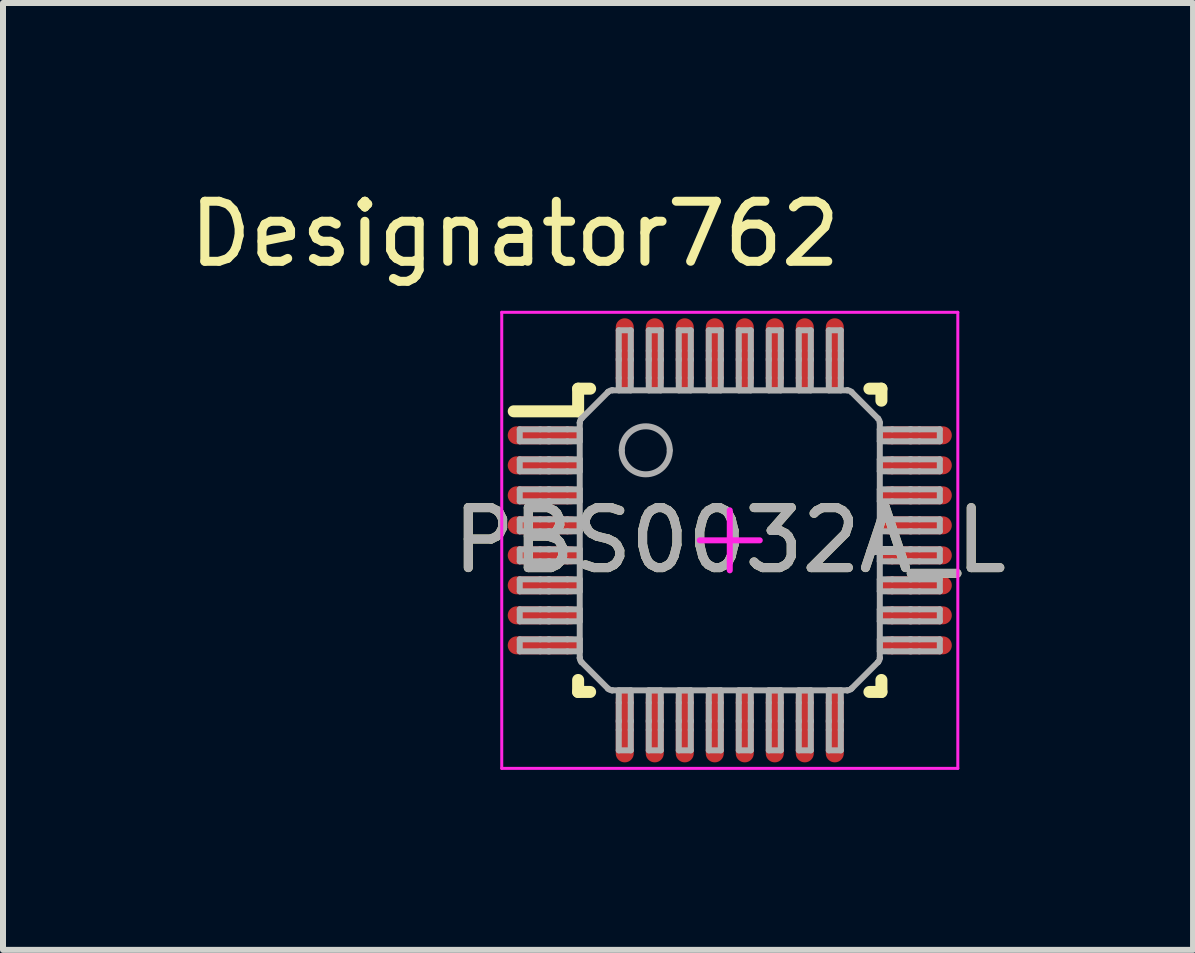
<source format=kicad_pcb>
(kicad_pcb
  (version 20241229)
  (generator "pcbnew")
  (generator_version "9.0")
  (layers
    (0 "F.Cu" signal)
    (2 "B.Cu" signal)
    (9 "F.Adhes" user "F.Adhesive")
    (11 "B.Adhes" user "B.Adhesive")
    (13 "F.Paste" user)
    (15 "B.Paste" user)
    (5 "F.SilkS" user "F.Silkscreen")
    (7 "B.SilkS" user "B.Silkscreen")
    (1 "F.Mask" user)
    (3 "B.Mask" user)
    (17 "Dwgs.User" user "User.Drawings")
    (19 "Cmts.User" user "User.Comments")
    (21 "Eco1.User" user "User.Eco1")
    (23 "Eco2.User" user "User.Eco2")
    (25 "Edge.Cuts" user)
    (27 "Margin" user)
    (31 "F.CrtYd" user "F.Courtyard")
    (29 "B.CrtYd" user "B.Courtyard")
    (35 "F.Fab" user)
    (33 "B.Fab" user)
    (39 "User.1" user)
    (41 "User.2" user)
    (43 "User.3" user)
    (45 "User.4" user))
  (footprint "PBS0032A_L"
    (layer "F.Cu")
    (at 9.111 5.954)
    (property "Reference" "PBS0032A_L" (at 0 0 0) (unlocked yes) (layer "F.SilkS") (effects (font (size 1 1) (thickness 0.15))))
    (attr smd)
    (fp_line (start -3.6 -2.15) (end -2.527 -2.15) (stroke (width 0.2) (type solid)) (layer "F.SilkS"))
    (fp_line (start -2.527 -2.527) (end -2.327 -2.527) (stroke (width 0.2) (type solid)) (layer "F.SilkS"))
    (fp_line (start -2.527 -2.15) (end -2.527 -2.527) (stroke (width 0.2) (type solid)) (layer "F.SilkS"))
    (fp_line (start -2.527 2.527) (end -2.527 2.327) (stroke (width 0.2) (type solid)) (layer "F.SilkS"))
    (fp_line (start -2.527 2.527) (end -2.327 2.527) (stroke (width 0.2) (type solid)) (layer "F.SilkS"))
    (fp_line (start 2.327 -2.527) (end 2.527 -2.527) (stroke (width 0.2) (type solid)) (layer "F.SilkS"))
    (fp_line (start 2.327 2.527) (end 2.527 2.527) (stroke (width 0.2) (type solid)) (layer "F.SilkS"))
    (fp_line (start 2.527 -2.327) (end 2.527 -2.527) (stroke (width 0.2) (type solid)) (layer "F.SilkS"))
    (fp_line (start 2.527 2.527) (end 2.527 2.327) (stroke (width 0.2) (type solid)) (layer "F.SilkS"))
    (fp_line (start -3.8 -3.8) (end 3.8 -3.8) (stroke (width 0.05) (type solid)) (layer "F.CrtYd"))
    (fp_line (start -3.8 3.8) (end -3.8 -3.8) (stroke (width 0.05) (type solid)) (layer "F.CrtYd"))
    (fp_line (start -3.8 3.8) (end 3.8 3.8) (stroke (width 0.05) (type solid)) (layer "F.CrtYd"))
    (fp_line (start -0.5 0) (end 0.5 0) (stroke (width 0.1) (type solid)) (layer "F.CrtYd"))
    (fp_line (start -0.000003 0.5) (end -0.000003 -0.5) (stroke (width 0.1) (type solid)) (layer "F.CrtYd"))
    (fp_line (start 3.8 3.8) (end 3.8 -3.8) (stroke (width 0.05) (type solid)) (layer "F.CrtYd"))
    (fp_line (start -3.5 -1.85) (end -3.16 -1.85) (stroke (width 0.1) (type solid)) (layer "F.Fab"))
    (fp_line (start -3.5 -1.65) (end -3.5 -1.85) (stroke (width 0.1) (type solid)) (layer "F.Fab"))
    (fp_line (start -3.5 -1.65) (end -3.16 -1.65) (stroke (width 0.1) (type solid)) (layer "F.Fab"))
    (fp_line (start -3.5 -1.35) (end -3.16 -1.35) (stroke (width 0.1) (type solid)) (layer "F.Fab"))
    (fp_line (start -3.5 -1.15) (end -3.5 -1.35) (stroke (width 0.1) (type solid)) (layer "F.Fab"))
    (fp_line (start -3.5 -1.15) (end -3.16 -1.15) (stroke (width 0.1) (type solid)) (layer "F.Fab"))
    (fp_line (start -3.5 -0.85) (end -3.16 -0.85) (stroke (width 0.1) (type solid)) (layer "F.Fab"))
    (fp_line (start -3.5 -0.65) (end -3.5 -0.85) (stroke (width 0.1) (type solid)) (layer "F.Fab"))
    (fp_line (start -3.5 -0.65) (end -3.16 -0.65) (stroke (width 0.1) (type solid)) (layer "F.Fab"))
    (fp_line (start -3.5 -0.35) (end -3.16 -0.35) (stroke (width 0.1) (type solid)) (layer "F.Fab"))
    (fp_line (start -3.5 -0.15) (end -3.5 -0.35) (stroke (width 0.1) (type solid)) (layer "F.Fab"))
    (fp_line (start -3.5 -0.15) (end -3.16 -0.15) (stroke (width 0.1) (type solid)) (layer "F.Fab"))
    (fp_line (start -3.5 0.15) (end -3.16 0.15) (stroke (width 0.1) (type solid)) (layer "F.Fab"))
    (fp_line (start -3.5 0.35) (end -3.5 0.15) (stroke (width 0.1) (type solid)) (layer "F.Fab"))
    (fp_line (start -3.5 0.35) (end -3.16 0.35) (stroke (width 0.1) (type solid)) (layer "F.Fab"))
    (fp_line (start -3.5 0.65) (end -3.16 0.65) (stroke (width 0.1) (type solid)) (layer "F.Fab"))
    (fp_line (start -3.5 0.85) (end -3.5 0.65) (stroke (width 0.1) (type solid)) (layer "F.Fab"))
    (fp_line (start -3.5 0.85) (end -3.16 0.85) (stroke (width 0.1) (type solid)) (layer "F.Fab"))
    (fp_line (start -3.5 1.15) (end -3.16 1.15) (stroke (width 0.1) (type solid)) (layer "F.Fab"))
    (fp_line (start -3.5 1.35) (end -3.5 1.15) (stroke (width 0.1) (type solid)) (layer "F.Fab"))
    (fp_line (start -3.5 1.35) (end -3.16 1.35) (stroke (width 0.1) (type solid)) (layer "F.Fab"))
    (fp_line (start -3.5 1.65) (end -3.16 1.65) (stroke (width 0.1) (type solid)) (layer "F.Fab"))
    (fp_line (start -3.5 1.85) (end -3.5 1.65) (stroke (width 0.1) (type solid)) (layer "F.Fab"))
    (fp_line (start -3.5 1.85) (end -3.16 1.85) (stroke (width 0.1) (type solid)) (layer "F.Fab"))
    (fp_line (start -3.16 -1.85) (end -3.023 -1.85) (stroke (width 0.1) (type solid)) (layer "F.Fab"))
    (fp_line (start -3.16 -1.65) (end -3.023 -1.65) (stroke (width 0.1) (type solid)) (layer "F.Fab"))
    (fp_line (start -3.16 -1.35) (end -3.023 -1.35) (stroke (width 0.1) (type solid)) (layer "F.Fab"))
    (fp_line (start -3.16 -1.15) (end -3.023 -1.15) (stroke (width 0.1) (type solid)) (layer "F.Fab"))
    (fp_line (start -3.16 -0.85) (end -3.023 -0.85) (stroke (width 0.1) (type solid)) (layer "F.Fab"))
    (fp_line (start -3.16 -0.65) (end -3.023 -0.65) (stroke (width 0.1) (type solid)) (layer "F.Fab"))
    (fp_line (start -3.16 -0.35) (end -3.023 -0.35) (stroke (width 0.1) (type solid)) (layer "F.Fab"))
    (fp_line (start -3.16 -0.15) (end -3.023 -0.15) (stroke (width 0.1) (type solid)) (layer "F.Fab"))
    (fp_line (start -3.16 0.15) (end -3.023 0.15) (stroke (width 0.1) (type solid)) (layer "F.Fab"))
    (fp_line (start -3.16 0.35) (end -3.023 0.35) (stroke (width 0.1) (type solid)) (layer "F.Fab"))
    (fp_line (start -3.16 0.65) (end -3.023 0.65) (stroke (width 0.1) (type solid)) (layer "F.Fab"))
    (fp_line (start -3.16 0.85) (end -3.023 0.85) (stroke (width 0.1) (type solid)) (layer "F.Fab"))
    (fp_line (start -3.16 1.15) (end -3.023 1.15) (stroke (width 0.1) (type solid)) (layer "F.Fab"))
    (fp_line (start -3.16 1.35) (end -3.023 1.35) (stroke (width 0.1) (type solid)) (layer "F.Fab"))
    (fp_line (start -3.16 1.65) (end -3.023 1.65) (stroke (width 0.1) (type solid)) (layer "F.Fab"))
    (fp_line (start -3.16 1.85) (end -3.023 1.85) (stroke (width 0.1) (type solid)) (layer "F.Fab"))
    (fp_line (start -3.023 -1.85) (end -3.002 -1.85) (stroke (width 0.1) (type solid)) (layer "F.Fab"))
    (fp_line (start -3.023 -1.65) (end -3.002 -1.65) (stroke (width 0.1) (type solid)) (layer "F.Fab"))
    (fp_line (start -3.023 -1.35) (end -3.002 -1.35) (stroke (width 0.1) (type solid)) (layer "F.Fab"))
    (fp_line (start -3.023 -1.15) (end -3.002 -1.15) (stroke (width 0.1) (type solid)) (layer "F.Fab"))
    (fp_line (start -3.023 -0.85) (end -3.002 -0.85) (stroke (width 0.1) (type solid)) (layer "F.Fab"))
    (fp_line (start -3.023 -0.65) (end -3.002 -0.65) (stroke (width 0.1) (type solid)) (layer "F.Fab"))
    (fp_line (start -3.023 -0.35) (end -3.002 -0.35) (stroke (width 0.1) (type solid)) (layer "F.Fab"))
    (fp_line (start -3.023 -0.15) (end -3.002 -0.15) (stroke (width 0.1) (type solid)) (layer "F.Fab"))
    (fp_line (start -3.023 0.15) (end -3.002 0.15) (stroke (width 0.1) (type solid)) (layer "F.Fab"))
    (fp_line (start -3.023 0.35) (end -3.002 0.35) (stroke (width 0.1) (type solid)) (layer "F.Fab"))
    (fp_line (start -3.023 0.65) (end -3.002 0.65) (stroke (width 0.1) (type solid)) (layer "F.Fab"))
    (fp_line (start -3.023 0.85) (end -3.002 0.85) (stroke (width 0.1) (type solid)) (layer "F.Fab"))
    (fp_line (start -3.023 1.15) (end -3.002 1.15) (stroke (width 0.1) (type solid)) (layer "F.Fab"))
    (fp_line (start -3.023 1.35) (end -3.002 1.35) (stroke (width 0.1) (type solid)) (layer "F.Fab"))
    (fp_line (start -3.023 1.65) (end -3.002 1.65) (stroke (width 0.1) (type solid)) (layer "F.Fab"))
    (fp_line (start -3.023 1.85) (end -3.002 1.85) (stroke (width 0.1) (type solid)) (layer "F.Fab"))
    (fp_line (start -3.002 -1.85) (end -2.706 -1.85) (stroke (width 0.1) (type solid)) (layer "F.Fab"))
    (fp_line (start -3.002 -1.65) (end -2.706 -1.65) (stroke (width 0.1) (type solid)) (layer "F.Fab"))
    (fp_line (start -3.002 -1.35) (end -2.706 -1.35) (stroke (width 0.1) (type solid)) (layer "F.Fab"))
    (fp_line (start -3.002 -1.15) (end -2.706 -1.15) (stroke (width 0.1) (type solid)) (layer "F.Fab"))
    (fp_line (start -3.002 -0.85) (end -2.706 -0.85) (stroke (width 0.1) (type solid)) (layer "F.Fab"))
    (fp_line (start -3.002 -0.65) (end -2.706 -0.65) (stroke (width 0.1) (type solid)) (layer "F.Fab"))
    (fp_line (start -3.002 -0.35) (end -2.706 -0.35) (stroke (width 0.1) (type solid)) (layer "F.Fab"))
    (fp_line (start -3.002 -0.15) (end -2.706 -0.15) (stroke (width 0.1) (type solid)) (layer "F.Fab"))
    (fp_line (start -3.002 0.15) (end -2.706 0.15) (stroke (width 0.1) (type solid)) (layer "F.Fab"))
    (fp_line (start -3.002 0.35) (end -2.706 0.35) (stroke (width 0.1) (type solid)) (layer "F.Fab"))
    (fp_line (start -3.002 0.65) (end -2.706 0.65) (stroke (width 0.1) (type solid)) (layer "F.Fab"))
    (fp_line (start -3.002 0.85) (end -2.706 0.85) (stroke (width 0.1) (type solid)) (layer "F.Fab"))
    (fp_line (start -3.002 1.15) (end -2.706 1.15) (stroke (width 0.1) (type solid)) (layer "F.Fab"))
    (fp_line (start -3.002 1.35) (end -2.706 1.35) (stroke (width 0.1) (type solid)) (layer "F.Fab"))
    (fp_line (start -3.002 1.65) (end -2.706 1.65) (stroke (width 0.1) (type solid)) (layer "F.Fab"))
    (fp_line (start -3.002 1.85) (end -2.706 1.85) (stroke (width 0.1) (type solid)) (layer "F.Fab"))
    (fp_line (start -2.706 -1.85) (end -2.5 -1.85) (stroke (width 0.1) (type solid)) (layer "F.Fab"))
    (fp_line (start -2.706 -1.65) (end -2.5 -1.65) (stroke (width 0.1) (type solid)) (layer "F.Fab"))
    (fp_line (start -2.706 -1.35) (end -2.5 -1.35) (stroke (width 0.1) (type solid)) (layer "F.Fab"))
    (fp_line (start -2.706 -1.15) (end -2.5 -1.15) (stroke (width 0.1) (type solid)) (layer "F.Fab"))
    (fp_line (start -2.706 -0.85) (end -2.5 -0.85) (stroke (width 0.1) (type solid)) (layer "F.Fab"))
    (fp_line (start -2.706 -0.65) (end -2.5 -0.65) (stroke (width 0.1) (type solid)) (layer "F.Fab"))
    (fp_line (start -2.706 -0.35) (end -2.5 -0.35) (stroke (width 0.1) (type solid)) (layer "F.Fab"))
    (fp_line (start -2.706 -0.15) (end -2.5 -0.15) (stroke (width 0.1) (type solid)) (layer "F.Fab"))
    (fp_line (start -2.706 0.15) (end -2.5 0.15) (stroke (width 0.1) (type solid)) (layer "F.Fab"))
    (fp_line (start -2.706 0.35) (end -2.5 0.35) (stroke (width 0.1) (type solid)) (layer "F.Fab"))
    (fp_line (start -2.706 0.65) (end -2.5 0.65) (stroke (width 0.1) (type solid)) (layer "F.Fab"))
    (fp_line (start -2.706 0.85) (end -2.5 0.85) (stroke (width 0.1) (type solid)) (layer "F.Fab"))
    (fp_line (start -2.706 1.15) (end -2.5 1.15) (stroke (width 0.1) (type solid)) (layer "F.Fab"))
    (fp_line (start -2.706 1.35) (end -2.5 1.35) (stroke (width 0.1) (type solid)) (layer "F.Fab"))
    (fp_line (start -2.706 1.65) (end -2.5 1.65) (stroke (width 0.1) (type solid)) (layer "F.Fab"))
    (fp_line (start -2.706 1.85) (end -2.5 1.85) (stroke (width 0.1) (type solid)) (layer "F.Fab"))
    (fp_line (start -2.5 -1.959) (end -2.5 -1.959) (stroke (width 0.1) (type solid)) (layer "F.Fab"))
    (fp_line (start -2.5 -1.65) (end -2.5 -1.85) (stroke (width 0.1) (type solid)) (layer "F.Fab"))
    (fp_line (start -2.5 -1.15) (end -2.5 -1.35) (stroke (width 0.1) (type solid)) (layer "F.Fab"))
    (fp_line (start -2.5 -0.65) (end -2.5 -0.85) (stroke (width 0.1) (type solid)) (layer "F.Fab"))
    (fp_line (start -2.5 -0.15) (end -2.5 -0.35) (stroke (width 0.1) (type solid)) (layer "F.Fab"))
    (fp_line (start -2.5 0.35) (end -2.5 0.15) (stroke (width 0.1) (type solid)) (layer "F.Fab"))
    (fp_line (start -2.5 0.85) (end -2.5 0.65) (stroke (width 0.1) (type solid)) (layer "F.Fab"))
    (fp_line (start -2.5 1.35) (end -2.5 1.15) (stroke (width 0.1) (type solid)) (layer "F.Fab"))
    (fp_line (start -2.5 1.85) (end -2.5 1.65) (stroke (width 0.1) (type solid)) (layer "F.Fab"))
    (fp_line (start -2.5 1.959) (end -2.5 -1.959) (stroke (width 0.1) (type solid)) (layer "F.Fab"))
    (fp_line (start -2.5 1.959) (end -2.5 1.959) (stroke (width 0.1) (type solid)) (layer "F.Fab"))
    (fp_line (start -2.471 -2.029) (end -2.471 -2.029) (stroke (width 0.1) (type solid)) (layer "F.Fab"))
    (fp_line (start -2.471 2.029) (end -2.471 2.029) (stroke (width 0.1) (type solid)) (layer "F.Fab"))
    (fp_line (start -2.471 -2.029) (end -2.029 -2.471) (stroke (width 0.1) (type solid)) (layer "F.Fab"))
    (fp_line (start -2.471 2.029) (end -2.029 2.471) (stroke (width 0.1) (type solid)) (layer "F.Fab"))
    (fp_line (start -2.029 -2.471) (end -2.029 -2.471) (stroke (width 0.1) (type solid)) (layer "F.Fab"))
    (fp_line (start -2.029 2.471) (end -2.029 2.471) (stroke (width 0.1) (type solid)) (layer "F.Fab"))
    (fp_line (start -1.959 -2.5) (end -1.959 -2.5) (stroke (width 0.1) (type solid)) (layer "F.Fab"))
    (fp_line (start -1.959 2.5) (end -1.959 2.5) (stroke (width 0.1) (type solid)) (layer "F.Fab"))
    (fp_line (start -1.959 -2.5) (end 1.959 -2.5) (stroke (width 0.1) (type solid)) (layer "F.Fab"))
    (fp_line (start -1.959 2.5) (end 1.959 2.5) (stroke (width 0.1) (type solid)) (layer "F.Fab"))
    (fp_line (start -1.85 -3.5) (end -1.65 -3.5) (stroke (width 0.1) (type solid)) (layer "F.Fab"))
    (fp_line (start -1.85 -3.16) (end -1.85 -3.5) (stroke (width 0.1) (type solid)) (layer "F.Fab"))
    (fp_line (start -1.85 -3.023) (end -1.85 -3.16) (stroke (width 0.1) (type solid)) (layer "F.Fab"))
    (fp_line (start -1.85 -3.002) (end -1.85 -3.023) (stroke (width 0.1) (type solid)) (layer "F.Fab"))
    (fp_line (start -1.85 -2.706) (end -1.85 -3.002) (stroke (width 0.1) (type solid)) (layer "F.Fab"))
    (fp_line (start -1.85 -2.5) (end -1.85 -2.706) (stroke (width 0.1) (type solid)) (layer "F.Fab"))
    (fp_line (start -1.85 -2.5) (end -1.65 -2.5) (stroke (width 0.1) (type solid)) (layer "F.Fab"))
    (fp_line (start -1.85 2.5) (end -1.65 2.5) (stroke (width 0.1) (type solid)) (layer "F.Fab"))
    (fp_line (start -1.85 2.706) (end -1.85 2.5) (stroke (width 0.1) (type solid)) (layer "F.Fab"))
    (fp_line (start -1.85 3.002) (end -1.85 2.706) (stroke (width 0.1) (type solid)) (layer "F.Fab"))
    (fp_line (start -1.85 3.023) (end -1.85 3.002) (stroke (width 0.1) (type solid)) (layer "F.Fab"))
    (fp_line (start -1.85 3.16) (end -1.85 3.023) (stroke (width 0.1) (type solid)) (layer "F.Fab"))
    (fp_line (start -1.85 3.5) (end -1.85 3.16) (stroke (width 0.1) (type solid)) (layer "F.Fab"))
    (fp_line (start -1.85 3.5) (end -1.65 3.5) (stroke (width 0.1) (type solid)) (layer "F.Fab"))
    (fp_line (start -1.65 -3.16) (end -1.65 -3.5) (stroke (width 0.1) (type solid)) (layer "F.Fab"))
    (fp_line (start -1.65 -3.023) (end -1.65 -3.16) (stroke (width 0.1) (type solid)) (layer "F.Fab"))
    (fp_line (start -1.65 -3.002) (end -1.65 -3.023) (stroke (width 0.1) (type solid)) (layer "F.Fab"))
    (fp_line (start -1.65 -2.706) (end -1.65 -3.002) (stroke (width 0.1) (type solid)) (layer "F.Fab"))
    (fp_line (start -1.65 -2.5) (end -1.65 -2.706) (stroke (width 0.1) (type solid)) (layer "F.Fab"))
    (fp_line (start -1.65 2.706) (end -1.65 2.5) (stroke (width 0.1) (type solid)) (layer "F.Fab"))
    (fp_line (start -1.65 3.002) (end -1.65 2.706) (stroke (width 0.1) (type solid)) (layer "F.Fab"))
    (fp_line (start -1.65 3.023) (end -1.65 3.002) (stroke (width 0.1) (type solid)) (layer "F.Fab"))
    (fp_line (start -1.65 3.16) (end -1.65 3.023) (stroke (width 0.1) (type solid)) (layer "F.Fab"))
    (fp_line (start -1.65 3.5) (end -1.65 3.16) (stroke (width 0.1) (type solid)) (layer "F.Fab"))
    (fp_line (start -1.35 -3.5) (end -1.15 -3.5) (stroke (width 0.1) (type solid)) (layer "F.Fab"))
    (fp_line (start -1.35 -3.16) (end -1.35 -3.5) (stroke (width 0.1) (type solid)) (layer "F.Fab"))
    (fp_line (start -1.35 -3.023) (end -1.35 -3.16) (stroke (width 0.1) (type solid)) (layer "F.Fab"))
    (fp_line (start -1.35 -3.002) (end -1.35 -3.023) (stroke (width 0.1) (type solid)) (layer "F.Fab"))
    (fp_line (start -1.35 -2.706) (end -1.35 -3.002) (stroke (width 0.1) (type solid)) (layer "F.Fab"))
    (fp_line (start -1.35 -2.5) (end -1.35 -2.706) (stroke (width 0.1) (type solid)) (layer "F.Fab"))
    (fp_line (start -1.35 -2.5) (end -1.15 -2.5) (stroke (width 0.1) (type solid)) (layer "F.Fab"))
    (fp_line (start -1.35 2.5) (end -1.15 2.5) (stroke (width 0.1) (type solid)) (layer "F.Fab"))
    (fp_line (start -1.35 2.706) (end -1.35 2.5) (stroke (width 0.1) (type solid)) (layer "F.Fab"))
    (fp_line (start -1.35 3.002) (end -1.35 2.706) (stroke (width 0.1) (type solid)) (layer "F.Fab"))
    (fp_line (start -1.35 3.023) (end -1.35 3.002) (stroke (width 0.1) (type solid)) (layer "F.Fab"))
    (fp_line (start -1.35 3.16) (end -1.35 3.023) (stroke (width 0.1) (type solid)) (layer "F.Fab"))
    (fp_line (start -1.35 3.5) (end -1.35 3.16) (stroke (width 0.1) (type solid)) (layer "F.Fab"))
    (fp_line (start -1.35 3.5) (end -1.15 3.5) (stroke (width 0.1) (type solid)) (layer "F.Fab"))
    (fp_line (start -1.15 -3.16) (end -1.15 -3.5) (stroke (width 0.1) (type solid)) (layer "F.Fab"))
    (fp_line (start -1.15 -3.023) (end -1.15 -3.16) (stroke (width 0.1) (type solid)) (layer "F.Fab"))
    (fp_line (start -1.15 -3.002) (end -1.15 -3.023) (stroke (width 0.1) (type solid)) (layer "F.Fab"))
    (fp_line (start -1.15 -2.706) (end -1.15 -3.002) (stroke (width 0.1) (type solid)) (layer "F.Fab"))
    (fp_line (start -1.15 -2.5) (end -1.15 -2.706) (stroke (width 0.1) (type solid)) (layer "F.Fab"))
    (fp_line (start -1.15 2.706) (end -1.15 2.5) (stroke (width 0.1) (type solid)) (layer "F.Fab"))
    (fp_line (start -1.15 3.002) (end -1.15 2.706) (stroke (width 0.1) (type solid)) (layer "F.Fab"))
    (fp_line (start -1.15 3.023) (end -1.15 3.002) (stroke (width 0.1) (type solid)) (layer "F.Fab"))
    (fp_line (start -1.15 3.16) (end -1.15 3.023) (stroke (width 0.1) (type solid)) (layer "F.Fab"))
    (fp_line (start -1.15 3.5) (end -1.15 3.16) (stroke (width 0.1) (type solid)) (layer "F.Fab"))
    (fp_line (start -0.85 -3.5) (end -0.65 -3.5) (stroke (width 0.1) (type solid)) (layer "F.Fab"))
    (fp_line (start -0.85 -3.16) (end -0.85 -3.5) (stroke (width 0.1) (type solid)) (layer "F.Fab"))
    (fp_line (start -0.85 -3.023) (end -0.85 -3.16) (stroke (width 0.1) (type solid)) (layer "F.Fab"))
    (fp_line (start -0.85 -3.002) (end -0.85 -3.023) (stroke (width 0.1) (type solid)) (layer "F.Fab"))
    (fp_line (start -0.85 -2.706) (end -0.85 -3.002) (stroke (width 0.1) (type solid)) (layer "F.Fab"))
    (fp_line (start -0.85 -2.5) (end -0.85 -2.706) (stroke (width 0.1) (type solid)) (layer "F.Fab"))
    (fp_line (start -0.85 -2.5) (end -0.65 -2.5) (stroke (width 0.1) (type solid)) (layer "F.Fab"))
    (fp_line (start -0.85 2.5) (end -0.65 2.5) (stroke (width 0.1) (type solid)) (layer "F.Fab"))
    (fp_line (start -0.85 2.706) (end -0.85 2.5) (stroke (width 0.1) (type solid)) (layer "F.Fab"))
    (fp_line (start -0.85 3.002) (end -0.85 2.706) (stroke (width 0.1) (type solid)) (layer "F.Fab"))
    (fp_line (start -0.85 3.023) (end -0.85 3.002) (stroke (width 0.1) (type solid)) (layer "F.Fab"))
    (fp_line (start -0.85 3.16) (end -0.85 3.023) (stroke (width 0.1) (type solid)) (layer "F.Fab"))
    (fp_line (start -0.85 3.5) (end -0.85 3.16) (stroke (width 0.1) (type solid)) (layer "F.Fab"))
    (fp_line (start -0.85 3.5) (end -0.65 3.5) (stroke (width 0.1) (type solid)) (layer "F.Fab"))
    (fp_line (start -0.65 -3.16) (end -0.65 -3.5) (stroke (width 0.1) (type solid)) (layer "F.Fab"))
    (fp_line (start -0.65 -3.023) (end -0.65 -3.16) (stroke (width 0.1) (type solid)) (layer "F.Fab"))
    (fp_line (start -0.65 -3.002) (end -0.65 -3.023) (stroke (width 0.1) (type solid)) (layer "F.Fab"))
    (fp_line (start -0.65 -2.706) (end -0.65 -3.002) (stroke (width 0.1) (type solid)) (layer "F.Fab"))
    (fp_line (start -0.65 -2.5) (end -0.65 -2.706) (stroke (width 0.1) (type solid)) (layer "F.Fab"))
    (fp_line (start -0.65 2.706) (end -0.65 2.5) (stroke (width 0.1) (type solid)) (layer "F.Fab"))
    (fp_line (start -0.65 3.002) (end -0.65 2.706) (stroke (width 0.1) (type solid)) (layer "F.Fab"))
    (fp_line (start -0.65 3.023) (end -0.65 3.002) (stroke (width 0.1) (type solid)) (layer "F.Fab"))
    (fp_line (start -0.65 3.16) (end -0.65 3.023) (stroke (width 0.1) (type solid)) (layer "F.Fab"))
    (fp_line (start -0.65 3.5) (end -0.65 3.16) (stroke (width 0.1) (type solid)) (layer "F.Fab"))
    (fp_line (start -0.35 -3.5) (end -0.15 -3.5) (stroke (width 0.1) (type solid)) (layer "F.Fab"))
    (fp_line (start -0.35 -3.16) (end -0.35 -3.5) (stroke (width 0.1) (type solid)) (layer "F.Fab"))
    (fp_line (start -0.35 -3.023) (end -0.35 -3.16) (stroke (width 0.1) (type solid)) (layer "F.Fab"))
    (fp_line (start -0.35 -3.002) (end -0.35 -3.023) (stroke (width 0.1) (type solid)) (layer "F.Fab"))
    (fp_line (start -0.35 -2.706) (end -0.35 -3.002) (stroke (width 0.1) (type solid)) (layer "F.Fab"))
    (fp_line (start -0.35 -2.5) (end -0.35 -2.706) (stroke (width 0.1) (type solid)) (layer "F.Fab"))
    (fp_line (start -0.35 -2.5) (end -0.15 -2.5) (stroke (width 0.1) (type solid)) (layer "F.Fab"))
    (fp_line (start -0.35 2.5) (end -0.15 2.5) (stroke (width 0.1) (type solid)) (layer "F.Fab"))
    (fp_line (start -0.35 2.706) (end -0.35 2.5) (stroke (width 0.1) (type solid)) (layer "F.Fab"))
    (fp_line (start -0.35 3.002) (end -0.35 2.706) (stroke (width 0.1) (type solid)) (layer "F.Fab"))
    (fp_line (start -0.35 3.023) (end -0.35 3.002) (stroke (width 0.1) (type solid)) (layer "F.Fab"))
    (fp_line (start -0.35 3.16) (end -0.35 3.023) (stroke (width 0.1) (type solid)) (layer "F.Fab"))
    (fp_line (start -0.35 3.5) (end -0.35 3.16) (stroke (width 0.1) (type solid)) (layer "F.Fab"))
    (fp_line (start -0.35 3.5) (end -0.15 3.5) (stroke (width 0.1) (type solid)) (layer "F.Fab"))
    (fp_line (start -0.15 -3.16) (end -0.15 -3.5) (stroke (width 0.1) (type solid)) (layer "F.Fab"))
    (fp_line (start -0.15 -3.023) (end -0.15 -3.16) (stroke (width 0.1) (type solid)) (layer "F.Fab"))
    (fp_line (start -0.15 -3.002) (end -0.15 -3.023) (stroke (width 0.1) (type solid)) (layer "F.Fab"))
    (fp_line (start -0.15 -2.706) (end -0.15 -3.002) (stroke (width 0.1) (type solid)) (layer "F.Fab"))
    (fp_line (start -0.15 -2.5) (end -0.15 -2.706) (stroke (width 0.1) (type solid)) (layer "F.Fab"))
    (fp_line (start -0.15 2.706) (end -0.15 2.5) (stroke (width 0.1) (type solid)) (layer "F.Fab"))
    (fp_line (start -0.15 3.002) (end -0.15 2.706) (stroke (width 0.1) (type solid)) (layer "F.Fab"))
    (fp_line (start -0.15 3.023) (end -0.15 3.002) (stroke (width 0.1) (type solid)) (layer "F.Fab"))
    (fp_line (start -0.15 3.16) (end -0.15 3.023) (stroke (width 0.1) (type solid)) (layer "F.Fab"))
    (fp_line (start -0.15 3.5) (end -0.15 3.16) (stroke (width 0.1) (type solid)) (layer "F.Fab"))
    (fp_line (start 0.15 -3.5) (end 0.35 -3.5) (stroke (width 0.1) (type solid)) (layer "F.Fab"))
    (fp_line (start 0.15 -3.16) (end 0.15 -3.5) (stroke (width 0.1) (type solid)) (layer "F.Fab"))
    (fp_line (start 0.15 -3.023) (end 0.15 -3.16) (stroke (width 0.1) (type solid)) (layer "F.Fab"))
    (fp_line (start 0.15 -3.002) (end 0.15 -3.023) (stroke (width 0.1) (type solid)) (layer "F.Fab"))
    (fp_line (start 0.15 -2.706) (end 0.15 -3.002) (stroke (width 0.1) (type solid)) (layer "F.Fab"))
    (fp_line (start 0.15 -2.5) (end 0.15 -2.706) (stroke (width 0.1) (type solid)) (layer "F.Fab"))
    (fp_line (start 0.15 -2.5) (end 0.35 -2.5) (stroke (width 0.1) (type solid)) (layer "F.Fab"))
    (fp_line (start 0.15 2.5) (end 0.35 2.5) (stroke (width 0.1) (type solid)) (layer "F.Fab"))
    (fp_line (start 0.15 2.706) (end 0.15 2.5) (stroke (width 0.1) (type solid)) (layer "F.Fab"))
    (fp_line (start 0.15 3.002) (end 0.15 2.706) (stroke (width 0.1) (type solid)) (layer "F.Fab"))
    (fp_line (start 0.15 3.023) (end 0.15 3.002) (stroke (width 0.1) (type solid)) (layer "F.Fab"))
    (fp_line (start 0.15 3.16) (end 0.15 3.023) (stroke (width 0.1) (type solid)) (layer "F.Fab"))
    (fp_line (start 0.15 3.5) (end 0.15 3.16) (stroke (width 0.1) (type solid)) (layer "F.Fab"))
    (fp_line (start 0.15 3.5) (end 0.35 3.5) (stroke (width 0.1) (type solid)) (layer "F.Fab"))
    (fp_line (start 0.35 -3.16) (end 0.35 -3.5) (stroke (width 0.1) (type solid)) (layer "F.Fab"))
    (fp_line (start 0.35 -3.023) (end 0.35 -3.16) (stroke (width 0.1) (type solid)) (layer "F.Fab"))
    (fp_line (start 0.35 -3.002) (end 0.35 -3.023) (stroke (width 0.1) (type solid)) (layer "F.Fab"))
    (fp_line (start 0.35 -2.706) (end 0.35 -3.002) (stroke (width 0.1) (type solid)) (layer "F.Fab"))
    (fp_line (start 0.35 -2.5) (end 0.35 -2.706) (stroke (width 0.1) (type solid)) (layer "F.Fab"))
    (fp_line (start 0.35 2.706) (end 0.35 2.5) (stroke (width 0.1) (type solid)) (layer "F.Fab"))
    (fp_line (start 0.35 3.002) (end 0.35 2.706) (stroke (width 0.1) (type solid)) (layer "F.Fab"))
    (fp_line (start 0.35 3.023) (end 0.35 3.002) (stroke (width 0.1) (type solid)) (layer "F.Fab"))
    (fp_line (start 0.35 3.16) (end 0.35 3.023) (stroke (width 0.1) (type solid)) (layer "F.Fab"))
    (fp_line (start 0.35 3.5) (end 0.35 3.16) (stroke (width 0.1) (type solid)) (layer "F.Fab"))
    (fp_line (start 0.65 -3.5) (end 0.85 -3.5) (stroke (width 0.1) (type solid)) (layer "F.Fab"))
    (fp_line (start 0.65 -3.16) (end 0.65 -3.5) (stroke (width 0.1) (type solid)) (layer "F.Fab"))
    (fp_line (start 0.65 -3.023) (end 0.65 -3.16) (stroke (width 0.1) (type solid)) (layer "F.Fab"))
    (fp_line (start 0.65 -3.002) (end 0.65 -3.023) (stroke (width 0.1) (type solid)) (layer "F.Fab"))
    (fp_line (start 0.65 -2.706) (end 0.65 -3.002) (stroke (width 0.1) (type solid)) (layer "F.Fab"))
    (fp_line (start 0.65 -2.5) (end 0.65 -2.706) (stroke (width 0.1) (type solid)) (layer "F.Fab"))
    (fp_line (start 0.65 -2.5) (end 0.85 -2.5) (stroke (width 0.1) (type solid)) (layer "F.Fab"))
    (fp_line (start 0.65 2.5) (end 0.85 2.5) (stroke (width 0.1) (type solid)) (layer "F.Fab"))
    (fp_line (start 0.65 2.706) (end 0.65 2.5) (stroke (width 0.1) (type solid)) (layer "F.Fab"))
    (fp_line (start 0.65 3.002) (end 0.65 2.706) (stroke (width 0.1) (type solid)) (layer "F.Fab"))
    (fp_line (start 0.65 3.023) (end 0.65 3.002) (stroke (width 0.1) (type solid)) (layer "F.Fab"))
    (fp_line (start 0.65 3.16) (end 0.65 3.023) (stroke (width 0.1) (type solid)) (layer "F.Fab"))
    (fp_line (start 0.65 3.5) (end 0.65 3.16) (stroke (width 0.1) (type solid)) (layer "F.Fab"))
    (fp_line (start 0.65 3.5) (end 0.85 3.5) (stroke (width 0.1) (type solid)) (layer "F.Fab"))
    (fp_line (start 0.85 -3.16) (end 0.85 -3.5) (stroke (width 0.1) (type solid)) (layer "F.Fab"))
    (fp_line (start 0.85 -3.023) (end 0.85 -3.16) (stroke (width 0.1) (type solid)) (layer "F.Fab"))
    (fp_line (start 0.85 -3.002) (end 0.85 -3.023) (stroke (width 0.1) (type solid)) (layer "F.Fab"))
    (fp_line (start 0.85 -2.706) (end 0.85 -3.002) (stroke (width 0.1) (type solid)) (layer "F.Fab"))
    (fp_line (start 0.85 -2.5) (end 0.85 -2.706) (stroke (width 0.1) (type solid)) (layer "F.Fab"))
    (fp_line (start 0.85 2.706) (end 0.85 2.5) (stroke (width 0.1) (type solid)) (layer "F.Fab"))
    (fp_line (start 0.85 3.002) (end 0.85 2.706) (stroke (width 0.1) (type solid)) (layer "F.Fab"))
    (fp_line (start 0.85 3.023) (end 0.85 3.002) (stroke (width 0.1) (type solid)) (layer "F.Fab"))
    (fp_line (start 0.85 3.16) (end 0.85 3.023) (stroke (width 0.1) (type solid)) (layer "F.Fab"))
    (fp_line (start 0.85 3.5) (end 0.85 3.16) (stroke (width 0.1) (type solid)) (layer "F.Fab"))
    (fp_line (start 1.15 -3.5) (end 1.35 -3.5) (stroke (width 0.1) (type solid)) (layer "F.Fab"))
    (fp_line (start 1.15 -3.16) (end 1.15 -3.5) (stroke (width 0.1) (type solid)) (layer "F.Fab"))
    (fp_line (start 1.15 -3.023) (end 1.15 -3.16) (stroke (width 0.1) (type solid)) (layer "F.Fab"))
    (fp_line (start 1.15 -3.002) (end 1.15 -3.023) (stroke (width 0.1) (type solid)) (layer "F.Fab"))
    (fp_line (start 1.15 -2.706) (end 1.15 -3.002) (stroke (width 0.1) (type solid)) (layer "F.Fab"))
    (fp_line (start 1.15 -2.5) (end 1.15 -2.706) (stroke (width 0.1) (type solid)) (layer "F.Fab"))
    (fp_line (start 1.15 -2.5) (end 1.35 -2.5) (stroke (width 0.1) (type solid)) (layer "F.Fab"))
    (fp_line (start 1.15 2.5) (end 1.35 2.5) (stroke (width 0.1) (type solid)) (layer "F.Fab"))
    (fp_line (start 1.15 2.706) (end 1.15 2.5) (stroke (width 0.1) (type solid)) (layer "F.Fab"))
    (fp_line (start 1.15 3.002) (end 1.15 2.706) (stroke (width 0.1) (type solid)) (layer "F.Fab"))
    (fp_line (start 1.15 3.023) (end 1.15 3.002) (stroke (width 0.1) (type solid)) (layer "F.Fab"))
    (fp_line (start 1.15 3.16) (end 1.15 3.023) (stroke (width 0.1) (type solid)) (layer "F.Fab"))
    (fp_line (start 1.15 3.5) (end 1.15 3.16) (stroke (width 0.1) (type solid)) (layer "F.Fab"))
    (fp_line (start 1.15 3.5) (end 1.35 3.5) (stroke (width 0.1) (type solid)) (layer "F.Fab"))
    (fp_line (start 1.35 -3.16) (end 1.35 -3.5) (stroke (width 0.1) (type solid)) (layer "F.Fab"))
    (fp_line (start 1.35 -3.023) (end 1.35 -3.16) (stroke (width 0.1) (type solid)) (layer "F.Fab"))
    (fp_line (start 1.35 -3.002) (end 1.35 -3.023) (stroke (width 0.1) (type solid)) (layer "F.Fab"))
    (fp_line (start 1.35 -2.706) (end 1.35 -3.002) (stroke (width 0.1) (type solid)) (layer "F.Fab"))
    (fp_line (start 1.35 -2.5) (end 1.35 -2.706) (stroke (width 0.1) (type solid)) (layer "F.Fab"))
    (fp_line (start 1.35 2.706) (end 1.35 2.5) (stroke (width 0.1) (type solid)) (layer "F.Fab"))
    (fp_line (start 1.35 3.002) (end 1.35 2.706) (stroke (width 0.1) (type solid)) (layer "F.Fab"))
    (fp_line (start 1.35 3.023) (end 1.35 3.002) (stroke (width 0.1) (type solid)) (layer "F.Fab"))
    (fp_line (start 1.35 3.16) (end 1.35 3.023) (stroke (width 0.1) (type solid)) (layer "F.Fab"))
    (fp_line (start 1.35 3.5) (end 1.35 3.16) (stroke (width 0.1) (type solid)) (layer "F.Fab"))
    (fp_line (start 1.65 -3.5) (end 1.85 -3.5) (stroke (width 0.1) (type solid)) (layer "F.Fab"))
    (fp_line (start 1.65 -3.16) (end 1.65 -3.5) (stroke (width 0.1) (type solid)) (layer "F.Fab"))
    (fp_line (start 1.65 -3.023) (end 1.65 -3.16) (stroke (width 0.1) (type solid)) (layer "F.Fab"))
    (fp_line (start 1.65 -3.002) (end 1.65 -3.023) (stroke (width 0.1) (type solid)) (layer "F.Fab"))
    (fp_line (start 1.65 -2.706) (end 1.65 -3.002) (stroke (width 0.1) (type solid)) (layer "F.Fab"))
    (fp_line (start 1.65 -2.5) (end 1.65 -2.706) (stroke (width 0.1) (type solid)) (layer "F.Fab"))
    (fp_line (start 1.65 -2.5) (end 1.85 -2.5) (stroke (width 0.1) (type solid)) (layer "F.Fab"))
    (fp_line (start 1.65 2.5) (end 1.85 2.5) (stroke (width 0.1) (type solid)) (layer "F.Fab"))
    (fp_line (start 1.65 2.706) (end 1.65 2.5) (stroke (width 0.1) (type solid)) (layer "F.Fab"))
    (fp_line (start 1.65 3.002) (end 1.65 2.706) (stroke (width 0.1) (type solid)) (layer "F.Fab"))
    (fp_line (start 1.65 3.023) (end 1.65 3.002) (stroke (width 0.1) (type solid)) (layer "F.Fab"))
    (fp_line (start 1.65 3.16) (end 1.65 3.023) (stroke (width 0.1) (type solid)) (layer "F.Fab"))
    (fp_line (start 1.65 3.5) (end 1.65 3.16) (stroke (width 0.1) (type solid)) (layer "F.Fab"))
    (fp_line (start 1.65 3.5) (end 1.85 3.5) (stroke (width 0.1) (type solid)) (layer "F.Fab"))
    (fp_line (start 1.85 -3.16) (end 1.85 -3.5) (stroke (width 0.1) (type solid)) (layer "F.Fab"))
    (fp_line (start 1.85 -3.023) (end 1.85 -3.16) (stroke (width 0.1) (type solid)) (layer "F.Fab"))
    (fp_line (start 1.85 -3.002) (end 1.85 -3.023) (stroke (width 0.1) (type solid)) (layer "F.Fab"))
    (fp_line (start 1.85 -2.706) (end 1.85 -3.002) (stroke (width 0.1) (type solid)) (layer "F.Fab"))
    (fp_line (start 1.85 -2.5) (end 1.85 -2.706) (stroke (width 0.1) (type solid)) (layer "F.Fab"))
    (fp_line (start 1.85 2.706) (end 1.85 2.5) (stroke (width 0.1) (type solid)) (layer "F.Fab"))
    (fp_line (start 1.85 3.002) (end 1.85 2.706) (stroke (width 0.1) (type solid)) (layer "F.Fab"))
    (fp_line (start 1.85 3.023) (end 1.85 3.002) (stroke (width 0.1) (type solid)) (layer "F.Fab"))
    (fp_line (start 1.85 3.16) (end 1.85 3.023) (stroke (width 0.1) (type solid)) (layer "F.Fab"))
    (fp_line (start 1.85 3.5) (end 1.85 3.16) (stroke (width 0.1) (type solid)) (layer "F.Fab"))
    (fp_line (start 1.959 -2.5) (end 1.959 -2.5) (stroke (width 0.1) (type solid)) (layer "F.Fab"))
    (fp_line (start 1.959 2.5) (end 1.959 2.5) (stroke (width 0.1) (type solid)) (layer "F.Fab"))
    (fp_line (start 2.029 -2.471) (end 2.029 -2.471) (stroke (width 0.1) (type solid)) (layer "F.Fab"))
    (fp_line (start 2.029 2.471) (end 2.029 2.471) (stroke (width 0.1) (type solid)) (layer "F.Fab"))
    (fp_line (start 2.029 -2.471) (end 2.471 -2.029) (stroke (width 0.1) (type solid)) (layer "F.Fab"))
    (fp_line (start 2.029 2.471) (end 2.471 2.029) (stroke (width 0.1) (type solid)) (layer "F.Fab"))
    (fp_line (start 2.471 -2.029) (end 2.471 -2.029) (stroke (width 0.1) (type solid)) (layer "F.Fab"))
    (fp_line (start 2.471 2.029) (end 2.471 2.029) (stroke (width 0.1) (type solid)) (layer "F.Fab"))
    (fp_line (start 2.5 -1.959) (end 2.5 -1.959) (stroke (width 0.1) (type solid)) (layer "F.Fab"))
    (fp_line (start 2.5 1.959) (end 2.5 1.959) (stroke (width 0.1) (type solid)) (layer "F.Fab"))
    (fp_line (start 2.5 -1.85) (end 2.706 -1.85) (stroke (width 0.1) (type solid)) (layer "F.Fab"))
    (fp_line (start 2.5 -1.65) (end 2.5 -1.85) (stroke (width 0.1) (type solid)) (layer "F.Fab"))
    (fp_line (start 2.5 -1.65) (end 2.706 -1.65) (stroke (width 0.1) (type solid)) (layer "F.Fab"))
    (fp_line (start 2.5 -1.35) (end 2.706 -1.35) (stroke (width 0.1) (type solid)) (layer "F.Fab"))
    (fp_line (start 2.5 -1.15) (end 2.5 -1.35) (stroke (width 0.1) (type solid)) (layer "F.Fab"))
    (fp_line (start 2.5 -1.15) (end 2.706 -1.15) (stroke (width 0.1) (type solid)) (layer "F.Fab"))
    (fp_line (start 2.5 -0.85) (end 2.706 -0.85) (stroke (width 0.1) (type solid)) (layer "F.Fab"))
    (fp_line (start 2.5 -0.65) (end 2.5 -0.85) (stroke (width 0.1) (type solid)) (layer "F.Fab"))
    (fp_line (start 2.5 -0.65) (end 2.706 -0.65) (stroke (width 0.1) (type solid)) (layer "F.Fab"))
    (fp_line (start 2.5 -0.35) (end 2.706 -0.35) (stroke (width 0.1) (type solid)) (layer "F.Fab"))
    (fp_line (start 2.5 -0.15) (end 2.5 -0.35) (stroke (width 0.1) (type solid)) (layer "F.Fab"))
    (fp_line (start 2.5 -0.15) (end 2.706 -0.15) (stroke (width 0.1) (type solid)) (layer "F.Fab"))
    (fp_line (start 2.5 0.15) (end 2.706 0.15) (stroke (width 0.1) (type solid)) (layer "F.Fab"))
    (fp_line (start 2.5 0.35) (end 2.5 0.15) (stroke (width 0.1) (type solid)) (layer "F.Fab"))
    (fp_line (start 2.5 0.35) (end 2.706 0.35) (stroke (width 0.1) (type solid)) (layer "F.Fab"))
    (fp_line (start 2.5 0.65) (end 2.706 0.65) (stroke (width 0.1) (type solid)) (layer "F.Fab"))
    (fp_line (start 2.5 0.85) (end 2.5 0.65) (stroke (width 0.1) (type solid)) (layer "F.Fab"))
    (fp_line (start 2.5 0.85) (end 2.706 0.85) (stroke (width 0.1) (type solid)) (layer "F.Fab"))
    (fp_line (start 2.5 1.15) (end 2.706 1.15) (stroke (width 0.1) (type solid)) (layer "F.Fab"))
    (fp_line (start 2.5 1.35) (end 2.5 1.15) (stroke (width 0.1) (type solid)) (layer "F.Fab"))
    (fp_line (start 2.5 1.35) (end 2.706 1.35) (stroke (width 0.1) (type solid)) (layer "F.Fab"))
    (fp_line (start 2.5 1.65) (end 2.706 1.65) (stroke (width 0.1) (type solid)) (layer "F.Fab"))
    (fp_line (start 2.5 1.85) (end 2.5 1.65) (stroke (width 0.1) (type solid)) (layer "F.Fab"))
    (fp_line (start 2.5 1.85) (end 2.706 1.85) (stroke (width 0.1) (type solid)) (layer "F.Fab"))
    (fp_line (start 2.5 1.959) (end 2.5 -1.959) (stroke (width 0.1) (type solid)) (layer "F.Fab"))
    (fp_line (start 2.706 -1.85) (end 3.002 -1.85) (stroke (width 0.1) (type solid)) (layer "F.Fab"))
    (fp_line (start 2.706 -1.65) (end 3.002 -1.65) (stroke (width 0.1) (type solid)) (layer "F.Fab"))
    (fp_line (start 2.706 -1.35) (end 3.002 -1.35) (stroke (width 0.1) (type solid)) (layer "F.Fab"))
    (fp_line (start 2.706 -1.15) (end 3.002 -1.15) (stroke (width 0.1) (type solid)) (layer "F.Fab"))
    (fp_line (start 2.706 -0.85) (end 3.002 -0.85) (stroke (width 0.1) (type solid)) (layer "F.Fab"))
    (fp_line (start 2.706 -0.65) (end 3.002 -0.65) (stroke (width 0.1) (type solid)) (layer "F.Fab"))
    (fp_line (start 2.706 -0.35) (end 3.002 -0.35) (stroke (width 0.1) (type solid)) (layer "F.Fab"))
    (fp_line (start 2.706 -0.15) (end 3.002 -0.15) (stroke (width 0.1) (type solid)) (layer "F.Fab"))
    (fp_line (start 2.706 0.15) (end 3.002 0.15) (stroke (width 0.1) (type solid)) (layer "F.Fab"))
    (fp_line (start 2.706 0.35) (end 3.002 0.35) (stroke (width 0.1) (type solid)) (layer "F.Fab"))
    (fp_line (start 2.706 0.65) (end 3.002 0.65) (stroke (width 0.1) (type solid)) (layer "F.Fab"))
    (fp_line (start 2.706 0.85) (end 3.002 0.85) (stroke (width 0.1) (type solid)) (layer "F.Fab"))
    (fp_line (start 2.706 1.15) (end 3.002 1.15) (stroke (width 0.1) (type solid)) (layer "F.Fab"))
    (fp_line (start 2.706 1.35) (end 3.002 1.35) (stroke (width 0.1) (type solid)) (layer "F.Fab"))
    (fp_line (start 2.706 1.65) (end 3.002 1.65) (stroke (width 0.1) (type solid)) (layer "F.Fab"))
    (fp_line (start 2.706 1.85) (end 3.002 1.85) (stroke (width 0.1) (type solid)) (layer "F.Fab"))
    (fp_line (start 3.002 -1.85) (end 3.023 -1.85) (stroke (width 0.1) (type solid)) (layer "F.Fab"))
    (fp_line (start 3.002 -1.65) (end 3.023 -1.65) (stroke (width 0.1) (type solid)) (layer "F.Fab"))
    (fp_line (start 3.002 -1.35) (end 3.023 -1.35) (stroke (width 0.1) (type solid)) (layer "F.Fab"))
    (fp_line (start 3.002 -1.15) (end 3.023 -1.15) (stroke (width 0.1) (type solid)) (layer "F.Fab"))
    (fp_line (start 3.002 -0.85) (end 3.023 -0.85) (stroke (width 0.1) (type solid)) (layer "F.Fab"))
    (fp_line (start 3.002 -0.65) (end 3.023 -0.65) (stroke (width 0.1) (type solid)) (layer "F.Fab"))
    (fp_line (start 3.002 -0.35) (end 3.023 -0.35) (stroke (width 0.1) (type solid)) (layer "F.Fab"))
    (fp_line (start 3.002 -0.15) (end 3.023 -0.15) (stroke (width 0.1) (type solid)) (layer "F.Fab"))
    (fp_line (start 3.002 0.15) (end 3.023 0.15) (stroke (width 0.1) (type solid)) (layer "F.Fab"))
    (fp_line (start 3.002 0.35) (end 3.023 0.35) (stroke (width 0.1) (type solid)) (layer "F.Fab"))
    (fp_line (start 3.002 0.65) (end 3.023 0.65) (stroke (width 0.1) (type solid)) (layer "F.Fab"))
    (fp_line (start 3.002 0.85) (end 3.023 0.85) (stroke (width 0.1) (type solid)) (layer "F.Fab"))
    (fp_line (start 3.002 1.15) (end 3.023 1.15) (stroke (width 0.1) (type solid)) (layer "F.Fab"))
    (fp_line (start 3.002 1.35) (end 3.023 1.35) (stroke (width 0.1) (type solid)) (layer "F.Fab"))
    (fp_line (start 3.002 1.65) (end 3.023 1.65) (stroke (width 0.1) (type solid)) (layer "F.Fab"))
    (fp_line (start 3.002 1.85) (end 3.023 1.85) (stroke (width 0.1) (type solid)) (layer "F.Fab"))
    (fp_line (start 3.023 -1.85) (end 3.16 -1.85) (stroke (width 0.1) (type solid)) (layer "F.Fab"))
    (fp_line (start 3.023 -1.65) (end 3.16 -1.65) (stroke (width 0.1) (type solid)) (layer "F.Fab"))
    (fp_line (start 3.023 -1.35) (end 3.16 -1.35) (stroke (width 0.1) (type solid)) (layer "F.Fab"))
    (fp_line (start 3.023 -1.15) (end 3.16 -1.15) (stroke (width 0.1) (type solid)) (layer "F.Fab"))
    (fp_line (start 3.023 -0.85) (end 3.16 -0.85) (stroke (width 0.1) (type solid)) (layer "F.Fab"))
    (fp_line (start 3.023 -0.65) (end 3.16 -0.65) (stroke (width 0.1) (type solid)) (layer "F.Fab"))
    (fp_line (start 3.023 -0.35) (end 3.16 -0.35) (stroke (width 0.1) (type solid)) (layer "F.Fab"))
    (fp_line (start 3.023 -0.15) (end 3.16 -0.15) (stroke (width 0.1) (type solid)) (layer "F.Fab"))
    (fp_line (start 3.023 0.15) (end 3.16 0.15) (stroke (width 0.1) (type solid)) (layer "F.Fab"))
    (fp_line (start 3.023 0.35) (end 3.16 0.35) (stroke (width 0.1) (type solid)) (layer "F.Fab"))
    (fp_line (start 3.023 0.65) (end 3.16 0.65) (stroke (width 0.1) (type solid)) (layer "F.Fab"))
    (fp_line (start 3.023 0.85) (end 3.16 0.85) (stroke (width 0.1) (type solid)) (layer "F.Fab"))
    (fp_line (start 3.023 1.15) (end 3.16 1.15) (stroke (width 0.1) (type solid)) (layer "F.Fab"))
    (fp_line (start 3.023 1.35) (end 3.16 1.35) (stroke (width 0.1) (type solid)) (layer "F.Fab"))
    (fp_line (start 3.023 1.65) (end 3.16 1.65) (stroke (width 0.1) (type solid)) (layer "F.Fab"))
    (fp_line (start 3.023 1.85) (end 3.16 1.85) (stroke (width 0.1) (type solid)) (layer "F.Fab"))
    (fp_line (start 3.16 -1.85) (end 3.5 -1.85) (stroke (width 0.1) (type solid)) (layer "F.Fab"))
    (fp_line (start 3.16 -1.65) (end 3.5 -1.65) (stroke (width 0.1) (type solid)) (layer "F.Fab"))
    (fp_line (start 3.16 -1.35) (end 3.5 -1.35) (stroke (width 0.1) (type solid)) (layer "F.Fab"))
    (fp_line (start 3.16 -1.15) (end 3.5 -1.15) (stroke (width 0.1) (type solid)) (layer "F.Fab"))
    (fp_line (start 3.16 -0.85) (end 3.5 -0.85) (stroke (width 0.1) (type solid)) (layer "F.Fab"))
    (fp_line (start 3.16 -0.65) (end 3.5 -0.65) (stroke (width 0.1) (type solid)) (layer "F.Fab"))
    (fp_line (start 3.16 -0.35) (end 3.5 -0.35) (stroke (width 0.1) (type solid)) (layer "F.Fab"))
    (fp_line (start 3.16 -0.15) (end 3.5 -0.15) (stroke (width 0.1) (type solid)) (layer "F.Fab"))
    (fp_line (start 3.16 0.15) (end 3.5 0.15) (stroke (width 0.1) (type solid)) (layer "F.Fab"))
    (fp_line (start 3.16 0.35) (end 3.5 0.35) (stroke (width 0.1) (type solid)) (layer "F.Fab"))
    (fp_line (start 3.16 0.65) (end 3.5 0.65) (stroke (width 0.1) (type solid)) (layer "F.Fab"))
    (fp_line (start 3.16 0.85) (end 3.5 0.85) (stroke (width 0.1) (type solid)) (layer "F.Fab"))
    (fp_line (start 3.16 1.15) (end 3.5 1.15) (stroke (width 0.1) (type solid)) (layer "F.Fab"))
    (fp_line (start 3.16 1.35) (end 3.5 1.35) (stroke (width 0.1) (type solid)) (layer "F.Fab"))
    (fp_line (start 3.16 1.65) (end 3.5 1.65) (stroke (width 0.1) (type solid)) (layer "F.Fab"))
    (fp_line (start 3.16 1.85) (end 3.5 1.85) (stroke (width 0.1) (type solid)) (layer "F.Fab"))
    (fp_line (start 3.5 -1.65) (end 3.5 -1.85) (stroke (width 0.1) (type solid)) (layer "F.Fab"))
    (fp_line (start 3.5 -1.15) (end 3.5 -1.35) (stroke (width 0.1) (type solid)) (layer "F.Fab"))
    (fp_line (start 3.5 -0.65) (end 3.5 -0.85) (stroke (width 0.1) (type solid)) (layer "F.Fab"))
    (fp_line (start 3.5 -0.15) (end 3.5 -0.35) (stroke (width 0.1) (type solid)) (layer "F.Fab"))
    (fp_line (start 3.5 0.35) (end 3.5 0.15) (stroke (width 0.1) (type solid)) (layer "F.Fab"))
    (fp_line (start 3.5 0.85) (end 3.5 0.65) (stroke (width 0.1) (type solid)) (layer "F.Fab"))
    (fp_line (start 3.5 1.35) (end 3.5 1.15) (stroke (width 0.1) (type solid)) (layer "F.Fab"))
    (fp_line (start 3.5 1.85) (end 3.5 1.65) (stroke (width 0.1) (type solid)) (layer "F.Fab"))
    (fp_arc (start -2.499996 -1.95948) (mid -2.492388 -1.996844) (end -2.471347 -2.028645) (stroke (width 0.1) (type solid)) (layer "F.Fab"))
    (fp_arc (start -2.471347 2.02865) (mid -2.492388 1.99685) (end -2.499996 1.959485) (stroke (width 0.1) (type solid)) (layer "F.Fab"))
    (fp_arc (start -2.028648 -2.471344) (mid -1.996847 -2.492385) (end -1.959482 -2.499993) (stroke (width 0.1) (type solid)) (layer "F.Fab"))
    (fp_arc (start -1.959482 2.499999) (mid -1.996847 2.492391) (end -2.028648 2.471349) (stroke (width 0.1) (type solid)) (layer "F.Fab"))
    (fp_arc (start -1.799999 -1.499997) (mid -1.4 -1.899996) (end -1.000001 -1.499997) (stroke (width 0.1) (type solid)) (layer "F.Fab"))
    (fp_arc (start -1.000001 -1.499997) (mid -1.4 -1.099998) (end -1.799999 -1.499997) (stroke (width 0.1) (type solid)) (layer "F.Fab"))
    (fp_arc (start 1.959482 -2.499993) (mid 1.996847 -2.492386) (end 2.028648 -2.471344) (stroke (width 0.1) (type solid)) (layer "F.Fab"))
    (fp_arc (start 2.028648 2.471349) (mid 1.996847 2.492391) (end 1.959482 2.499999) (stroke (width 0.1) (type solid)) (layer "F.Fab"))
    (fp_arc (start 2.471347 -2.028645) (mid 2.492388 -1.996845) (end 2.499996 -1.95948) (stroke (width 0.1) (type solid)) (layer "F.Fab"))
    (fp_arc (start 2.499996 1.959485) (mid 2.492388 1.996849) (end 2.471347 2.02865) (stroke (width 0.1) (type solid)) (layer "F.Fab"))
    (fp_text user "Designator762" (at -3.581 -5.105 0) (unlocked yes) (layer "F.SilkS") (effects (font (size 1 1) (thickness 0.15))))
    (fp_text user "${REFERENCE}" (at 0 0 0) (unlocked yes) (layer "F.Fab") (effects (font (size 1 1) (thickness 0.15))))
    (pad "1" smd oval (at -3.1 -1.75 90) (size 0.3 1.2) (layers "F.Cu" "F.Mask" "F.Paste"))
    (pad "2" smd oval (at -3.1 -1.25 90) (size 0.3 1.2) (layers "F.Cu" "F.Mask" "F.Paste"))
    (pad "3" smd oval (at -3.1 -0.75 90) (size 0.3 1.2) (layers "F.Cu" "F.Mask" "F.Paste"))
    (pad "4" smd oval (at -3.1 -0.25 90) (size 0.3 1.2) (layers "F.Cu" "F.Mask" "F.Paste"))
    (pad "5" smd oval (at -3.1 0.25 90) (size 0.3 1.2) (layers "F.Cu" "F.Mask" "F.Paste"))
    (pad "6" smd oval (at -3.1 0.75 90) (size 0.3 1.2) (layers "F.Cu" "F.Mask" "F.Paste"))
    (pad "7" smd oval (at -3.1 1.25 90) (size 0.3 1.2) (layers "F.Cu" "F.Mask" "F.Paste"))
    (pad "8" smd oval (at -3.1 1.75 90) (size 0.3 1.2) (layers "F.Cu" "F.Mask" "F.Paste"))
    (pad "9" smd oval (at -1.75 3.1) (size 0.3 1.2) (layers "F.Cu" "F.Mask" "F.Paste"))
    (pad "10" smd oval (at -1.25 3.1) (size 0.3 1.2) (layers "F.Cu" "F.Mask" "F.Paste"))
    (pad "11" smd oval (at -0.75 3.1) (size 0.3 1.2) (layers "F.Cu" "F.Mask" "F.Paste"))
    (pad "12" smd oval (at -0.25 3.1) (size 0.3 1.2) (layers "F.Cu" "F.Mask" "F.Paste"))
    (pad "13" smd oval (at 0.25 3.1) (size 0.3 1.2) (layers "F.Cu" "F.Mask" "F.Paste"))
    (pad "14" smd oval (at 0.75 3.1) (size 0.3 1.2) (layers "F.Cu" "F.Mask" "F.Paste"))
    (pad "15" smd oval (at 1.25 3.1) (size 0.3 1.2) (layers "F.Cu" "F.Mask" "F.Paste"))
    (pad "16" smd oval (at 1.75 3.1) (size 0.3 1.2) (layers "F.Cu" "F.Mask" "F.Paste"))
    (pad "17" smd oval (at 3.1 1.75 90) (size 0.3 1.2) (layers "F.Cu" "F.Mask" "F.Paste"))
    (pad "18" smd oval (at 3.1 1.25 90) (size 0.3 1.2) (layers "F.Cu" "F.Mask" "F.Paste"))
    (pad "19" smd oval (at 3.1 0.75 90) (size 0.3 1.2) (layers "F.Cu" "F.Mask" "F.Paste"))
    (pad "20" smd oval (at 3.1 0.25 90) (size 0.3 1.2) (layers "F.Cu" "F.Mask" "F.Paste"))
    (pad "21" smd oval (at 3.1 -0.25 90) (size 0.3 1.2) (layers "F.Cu" "F.Mask" "F.Paste"))
    (pad "22" smd oval (at 3.1 -0.75 90) (size 0.3 1.2) (layers "F.Cu" "F.Mask" "F.Paste"))
    (pad "23" smd oval (at 3.1 -1.25 90) (size 0.3 1.2) (layers "F.Cu" "F.Mask" "F.Paste"))
    (pad "24" smd oval (at 3.1 -1.75 90) (size 0.3 1.2) (layers "F.Cu" "F.Mask" "F.Paste"))
    (pad "25" smd oval (at 1.75 -3.1) (size 0.3 1.2) (layers "F.Cu" "F.Mask" "F.Paste"))
    (pad "26" smd oval (at 1.25 -3.1) (size 0.3 1.2) (layers "F.Cu" "F.Mask" "F.Paste"))
    (pad "27" smd oval (at 0.75 -3.1) (size 0.3 1.2) (layers "F.Cu" "F.Mask" "F.Paste"))
    (pad "28" smd oval (at 0.25 -3.1) (size 0.3 1.2) (layers "F.Cu" "F.Mask" "F.Paste"))
    (pad "29" smd oval (at -0.25 -3.1) (size 0.3 1.2) (layers "F.Cu" "F.Mask" "F.Paste"))
    (pad "30" smd oval (at -0.75 -3.1) (size 0.3 1.2) (layers "F.Cu" "F.Mask" "F.Paste"))
    (pad "31" smd oval (at -1.25 -3.1) (size 0.3 1.2) (layers "F.Cu" "F.Mask" "F.Paste"))
    (pad "32" smd oval (at -1.75 -3.1) (size 0.3 1.2) (layers "F.Cu" "F.Mask" "F.Paste")))
  (gr_rect
    (start -3 -3)
    (end 16.831 12.779)
    (stroke (width 0.1) (type default))
    (fill no)
    (layer "Edge.Cuts")))
</source>
